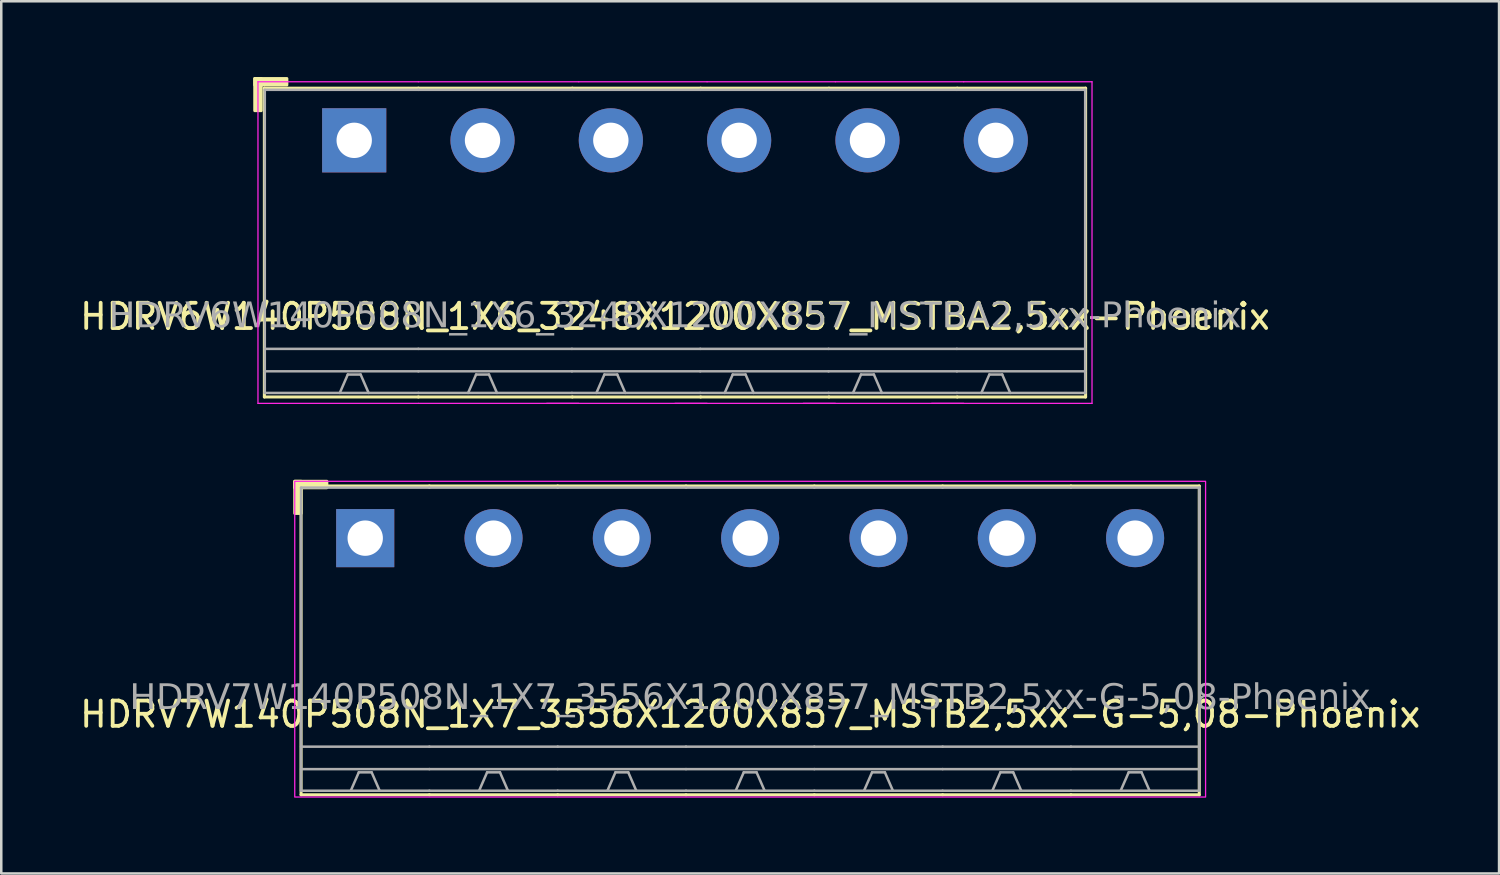
<source format=kicad_pcb>
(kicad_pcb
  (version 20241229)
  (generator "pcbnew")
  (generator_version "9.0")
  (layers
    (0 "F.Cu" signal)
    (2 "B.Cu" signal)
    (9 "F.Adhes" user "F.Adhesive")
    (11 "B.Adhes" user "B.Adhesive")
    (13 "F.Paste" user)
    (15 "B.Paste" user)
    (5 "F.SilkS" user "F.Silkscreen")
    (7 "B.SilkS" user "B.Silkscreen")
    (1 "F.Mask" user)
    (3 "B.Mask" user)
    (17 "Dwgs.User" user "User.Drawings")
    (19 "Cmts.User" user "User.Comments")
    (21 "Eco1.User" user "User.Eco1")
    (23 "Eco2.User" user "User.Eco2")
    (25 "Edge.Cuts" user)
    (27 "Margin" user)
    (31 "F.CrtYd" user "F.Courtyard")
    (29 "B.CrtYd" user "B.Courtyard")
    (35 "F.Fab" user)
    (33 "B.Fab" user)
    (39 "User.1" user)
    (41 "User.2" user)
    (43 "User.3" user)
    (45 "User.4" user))
  (footprint "HDRV7W140P508N_1X7_3556X1200X857_MSTB2,5xx-G-5,08-Phoenix"
    (layer "F.Cu")
    (at 26.649 18.255)
    (property "Reference" "HDRV7W140P508N_1X7_3556X1200X857_MSTB2,5xx-G-5,08-Phoenix" (at 0 6.975 0) (layer "F.SilkS") (effects (font (size 1 1) (thickness 0.15))))
    (attr through_hole)
    (fp_line (start -17.78 -2.065) (end -17.78 10.16) (stroke (width 0.12) (type solid)) (layer "F.SilkS"))
    (fp_line (start -17.78 10.16) (end -12.7 10.16) (stroke (width 0.12) (type solid)) (layer "F.SilkS"))
    (fp_line (start -12.7 -2.065) (end -17.78 -2.065) (stroke (width 0.12) (type solid)) (layer "F.SilkS"))
    (fp_line (start -12.7 -2.065) (end -7.62 -2.065) (stroke (width 0.12) (type solid)) (layer "F.SilkS"))
    (fp_line (start -7.62 -2.065) (end -2.54 -2.065) (stroke (width 0.12) (type solid)) (layer "F.SilkS"))
    (fp_line (start -7.62 10.16) (end -12.7 10.16) (stroke (width 0.12) (type solid)) (layer "F.SilkS"))
    (fp_line (start -2.54 -2.065) (end 2.54 -2.065) (stroke (width 0.12) (type solid)) (layer "F.SilkS"))
    (fp_line (start -2.54 10.16) (end -7.62 10.16) (stroke (width 0.12) (type solid)) (layer "F.SilkS"))
    (fp_line (start 2.54 -2.065) (end 7.62 -2.065) (stroke (width 0.12) (type solid)) (layer "F.SilkS"))
    (fp_line (start 2.54 10.16) (end -2.54 10.16) (stroke (width 0.12) (type solid)) (layer "F.SilkS"))
    (fp_line (start 7.62 -2.065) (end 12.7 -2.065) (stroke (width 0.12) (type solid)) (layer "F.SilkS"))
    (fp_line (start 7.62 10.16) (end 2.54 10.16) (stroke (width 0.12) (type solid)) (layer "F.SilkS"))
    (fp_line (start 12.7 -2.065) (end 17.78 -2.065) (stroke (width 0.12) (type solid)) (layer "F.SilkS"))
    (fp_line (start 12.7 10.16) (end 7.62 10.16) (stroke (width 0.12) (type solid)) (layer "F.SilkS"))
    (fp_line (start 17.78 -2.065) (end 17.78 10.16) (stroke (width 0.12) (type solid)) (layer "F.SilkS"))
    (fp_line (start 17.78 10.16) (end 12.7 10.16) (stroke (width 0.12) (type solid)) (layer "F.SilkS"))
    (fp_rect (start -18.03 -2.25) (end -17.776 -0.98) (stroke (width 0.12) (type solid)) (fill yes) (layer "F.SilkS"))
    (fp_rect (start -18.03 -2.25) (end -16.76 -1.996) (stroke (width 0.12) (type solid)) (fill yes) (layer "F.SilkS"))
    (fp_rect (start -18.03 -2.25) (end 18.03 10.25) (stroke (width 0.05) (type default)) (fill no) (layer "F.CrtYd"))
    (fp_line (start -17.78 -2) (end -17.78 10) (stroke (width 0.1) (type solid)) (layer "F.Fab"))
    (fp_line (start -15.494 9.271) (end -15.812 10) (stroke (width 0.1) (type default)) (layer "F.Fab"))
    (fp_line (start -14.986 9.271) (end -15.494 9.271) (stroke (width 0.1) (type default)) (layer "F.Fab"))
    (fp_line (start -14.986 9.271) (end -14.668 10) (stroke (width 0.1) (type default)) (layer "F.Fab"))
    (fp_line (start -12.7 -2) (end -17.78 -2) (stroke (width 0.1) (type solid)) (layer "F.Fab"))
    (fp_line (start -12.7 -2) (end -7.62 -2) (stroke (width 0.1) (type solid)) (layer "F.Fab"))
    (fp_line (start -12.7 8.255) (end -17.78 8.255) (stroke (width 0.1) (type solid)) (layer "F.Fab"))
    (fp_line (start -12.7 8.255) (end -7.62 8.255) (stroke (width 0.1) (type solid)) (layer "F.Fab"))
    (fp_line (start -12.7 9.144) (end -17.78 9.144) (stroke (width 0.1) (type solid)) (layer "F.Fab"))
    (fp_line (start -12.7 9.144) (end -7.62 9.144) (stroke (width 0.1) (type solid)) (layer "F.Fab"))
    (fp_line (start -12.7 10) (end -17.78 10) (stroke (width 0.1) (type solid)) (layer "F.Fab"))
    (fp_line (start -12.7 10) (end -7.62 10) (stroke (width 0.1) (type solid)) (layer "F.Fab"))
    (fp_line (start -10.414 9.271) (end -10.732 10) (stroke (width 0.1) (type default)) (layer "F.Fab"))
    (fp_line (start -9.906 9.271) (end -10.414 9.271) (stroke (width 0.1) (type default)) (layer "F.Fab"))
    (fp_line (start -9.906 9.271) (end -9.588 10) (stroke (width 0.1) (type default)) (layer "F.Fab"))
    (fp_line (start -7.62 -2) (end -2.54 -2) (stroke (width 0.1) (type solid)) (layer "F.Fab"))
    (fp_line (start -7.62 8.255) (end -2.54 8.255) (stroke (width 0.1) (type solid)) (layer "F.Fab"))
    (fp_line (start -7.62 9.144) (end -2.54 9.144) (stroke (width 0.1) (type solid)) (layer "F.Fab"))
    (fp_line (start -7.62 10) (end -2.54 10) (stroke (width 0.1) (type solid)) (layer "F.Fab"))
    (fp_line (start -5.334 9.271) (end -5.652 10) (stroke (width 0.1) (type default)) (layer "F.Fab"))
    (fp_line (start -4.826 9.271) (end -5.334 9.271) (stroke (width 0.1) (type default)) (layer "F.Fab"))
    (fp_line (start -4.826 9.271) (end -4.508 10) (stroke (width 0.1) (type default)) (layer "F.Fab"))
    (fp_line (start -2.54 -2) (end 2.54 -2) (stroke (width 0.1) (type solid)) (layer "F.Fab"))
    (fp_line (start -2.54 8.255) (end 2.54 8.255) (stroke (width 0.1) (type solid)) (layer "F.Fab"))
    (fp_line (start -2.54 9.144) (end 2.54 9.144) (stroke (width 0.1) (type solid)) (layer "F.Fab"))
    (fp_line (start -2.54 10) (end 2.54 10) (stroke (width 0.1) (type solid)) (layer "F.Fab"))
    (fp_line (start -0.254 9.271) (end -0.572 10) (stroke (width 0.1) (type default)) (layer "F.Fab"))
    (fp_line (start 0.254 9.271) (end -0.254 9.271) (stroke (width 0.1) (type default)) (layer "F.Fab"))
    (fp_line (start 0.254 9.271) (end 0.572 10) (stroke (width 0.1) (type default)) (layer "F.Fab"))
    (fp_line (start 2.54 -2) (end 7.62 -2) (stroke (width 0.1) (type solid)) (layer "F.Fab"))
    (fp_line (start 2.54 8.255) (end 7.62 8.255) (stroke (width 0.1) (type solid)) (layer "F.Fab"))
    (fp_line (start 2.54 9.144) (end 7.62 9.144) (stroke (width 0.1) (type solid)) (layer "F.Fab"))
    (fp_line (start 2.54 10) (end 7.62 10) (stroke (width 0.1) (type solid)) (layer "F.Fab"))
    (fp_line (start 4.826 9.271) (end 4.508 10) (stroke (width 0.1) (type default)) (layer "F.Fab"))
    (fp_line (start 5.334 9.271) (end 4.826 9.271) (stroke (width 0.1) (type default)) (layer "F.Fab"))
    (fp_line (start 5.334 9.271) (end 5.652 10) (stroke (width 0.1) (type default)) (layer "F.Fab"))
    (fp_line (start 7.62 -2) (end 12.7 -2) (stroke (width 0.1) (type solid)) (layer "F.Fab"))
    (fp_line (start 7.62 8.255) (end 12.7 8.255) (stroke (width 0.1) (type solid)) (layer "F.Fab"))
    (fp_line (start 7.62 9.144) (end 12.7 9.144) (stroke (width 0.1) (type solid)) (layer "F.Fab"))
    (fp_line (start 7.62 10) (end 12.7 10) (stroke (width 0.1) (type solid)) (layer "F.Fab"))
    (fp_line (start 9.906 9.271) (end 9.588 10) (stroke (width 0.1) (type default)) (layer "F.Fab"))
    (fp_line (start 10.414 9.271) (end 9.906 9.271) (stroke (width 0.1) (type default)) (layer "F.Fab"))
    (fp_line (start 10.414 9.271) (end 10.732 10) (stroke (width 0.1) (type default)) (layer "F.Fab"))
    (fp_line (start 12.7 -2) (end 17.78 -2) (stroke (width 0.1) (type solid)) (layer "F.Fab"))
    (fp_line (start 12.7 8.255) (end 17.78 8.255) (stroke (width 0.1) (type solid)) (layer "F.Fab"))
    (fp_line (start 12.7 9.144) (end 17.78 9.144) (stroke (width 0.1) (type solid)) (layer "F.Fab"))
    (fp_line (start 12.7 10) (end 17.78 10) (stroke (width 0.1) (type solid)) (layer "F.Fab"))
    (fp_line (start 14.986 9.271) (end 14.668 10) (stroke (width 0.1) (type default)) (layer "F.Fab"))
    (fp_line (start 15.494 9.271) (end 14.986 9.271) (stroke (width 0.1) (type default)) (layer "F.Fab"))
    (fp_line (start 15.494 9.271) (end 15.812 10) (stroke (width 0.1) (type default)) (layer "F.Fab"))
    (fp_line (start 17.78 -2) (end 17.78 10) (stroke (width 0.1) (type solid)) (layer "F.Fab"))
    (fp_rect (start -15.494 -0.254) (end -14.986 0.254) (stroke (width 0.1) (type solid)) (fill no) (layer "F.Fab"))
    (fp_rect (start -9.906 -0.254) (end -10.414 0.254) (stroke (width 0.1) (type solid)) (fill no) (layer "F.Fab"))
    (fp_rect (start -4.826 -0.254) (end -5.334 0.254) (stroke (width 0.1) (type solid)) (fill no) (layer "F.Fab"))
    (fp_rect (start 0.254 -0.254) (end -0.254 0.254) (stroke (width 0.1) (type solid)) (fill no) (layer "F.Fab"))
    (fp_rect (start 5.334 -0.254) (end 4.826 0.254) (stroke (width 0.1) (type solid)) (fill no) (layer "F.Fab"))
    (fp_rect (start 10.414 -0.254) (end 9.906 0.254) (stroke (width 0.1) (type solid)) (fill no) (layer "F.Fab"))
    (fp_rect (start 15.494 -0.254) (end 14.986 0.254) (stroke (width 0.1) (type solid)) (fill no) (layer "F.Fab"))
    (fp_text user "${REFERENCE}" (at 0 6.35 0) (layer "F.Fab") (effects (font (face "Tahoma") (size 1 1) (thickness 0.15))))
    (pad "1" thru_hole rect (at -15.24 0) (size 2.3 2.3) (drill 1.4) (layers "*.Cu" "*.Mask"))
    (pad "2" thru_hole circle (at -10.16 0) (size 2.3 2.3) (drill 1.4) (layers "*.Cu" "*.Mask"))
    (pad "3" thru_hole circle (at -5.08 0) (size 2.3 2.3) (drill 1.4) (layers "*.Cu" "*.Mask"))
    (pad "4" thru_hole circle (at 0 0) (size 2.3 2.3) (drill 1.4) (layers "*.Cu" "*.Mask"))
    (pad "5" thru_hole circle (at 5.08 0) (size 2.3 2.3) (drill 1.4) (layers "*.Cu" "*.Mask"))
    (pad "6" thru_hole circle (at 10.16 0) (size 2.3 2.3) (drill 1.4) (layers "*.Cu" "*.Mask"))
    (pad "7" thru_hole circle (at 15.24 0) (size 2.3 2.3) (drill 1.4) (layers "*.Cu" "*.Mask")))
  (footprint "HDRV6W140P508N_1X6_3248X1200X857_MSTBA2,5xx-Phoenix"
    (layer "F.Cu")
    (at 23.673 2.506)
    (property "Reference" "HDRV6W140P508N_1X6_3248X1200X857_MSTBA2,5xx-Phoenix" (at 0 6.975 0) (layer "F.SilkS") (effects (font (size 1 1) (thickness 0.15))))
    (attr through_hole)
    (fp_line (start -16.256 -2.065) (end -16.256 10.16) (stroke (width 0.12) (type solid)) (layer "F.SilkS"))
    (fp_line (start -16.256 10.16) (end -10.16 10.16) (stroke (width 0.12) (type solid)) (layer "F.SilkS"))
    (fp_line (start -10.16 -2.065) (end -16.256 -2.065) (stroke (width 0.12) (type solid)) (layer "F.SilkS"))
    (fp_line (start -10.16 -2.065) (end -4.064 -2.065) (stroke (width 0.12) (type solid)) (layer "F.SilkS"))
    (fp_line (start -4.064 -2.065) (end 1.016 -2.065) (stroke (width 0.12) (type solid)) (layer "F.SilkS"))
    (fp_line (start -4.064 10.16) (end -10.16 10.16) (stroke (width 0.12) (type solid)) (layer "F.SilkS"))
    (fp_line (start 1.016 -2.065) (end 6.096 -2.065) (stroke (width 0.12) (type solid)) (layer "F.SilkS"))
    (fp_line (start 1.016 10.16) (end -4.064 10.16) (stroke (width 0.12) (type solid)) (layer "F.SilkS"))
    (fp_line (start 6.096 -2.065) (end 11.176 -2.065) (stroke (width 0.12) (type solid)) (layer "F.SilkS"))
    (fp_line (start 6.096 10.16) (end 1.016 10.16) (stroke (width 0.12) (type solid)) (layer "F.SilkS"))
    (fp_line (start 11.176 -2.065) (end 16.256 -2.065) (stroke (width 0.12) (type solid)) (layer "F.SilkS"))
    (fp_line (start 11.176 10.16) (end 6.096 10.16) (stroke (width 0.12) (type solid)) (layer "F.SilkS"))
    (fp_line (start 16.256 -2.065) (end 16.256 10.16) (stroke (width 0.12) (type solid)) (layer "F.SilkS"))
    (fp_line (start 16.256 10.16) (end 11.176 10.16) (stroke (width 0.12) (type solid)) (layer "F.SilkS"))
    (fp_rect (start -16.637 -2.446) (end -16.383 -1.176) (stroke (width 0.12) (type solid)) (fill yes) (layer "F.SilkS"))
    (fp_rect (start -16.637 -2.446) (end -15.367 -2.192) (stroke (width 0.12) (type solid)) (fill yes) (layer "F.SilkS"))
    (fp_line (start -16.51 10.414) (end -16.51 -2.319) (stroke (width 0.05) (type solid)) (layer "F.CrtYd"))
    (fp_line (start -10.16 -2.319) (end -16.51 -2.319) (stroke (width 0.05) (type solid)) (layer "F.CrtYd"))
    (fp_line (start -10.16 -2.319) (end -3.81 -2.319) (stroke (width 0.05) (type solid)) (layer "F.CrtYd"))
    (fp_line (start -10.16 10.414) (end -16.51 10.414) (stroke (width 0.05) (type solid)) (layer "F.CrtYd"))
    (fp_line (start -10.16 10.414) (end -3.81 10.414) (stroke (width 0.05) (type solid)) (layer "F.CrtYd"))
    (fp_line (start -5.08 10.414) (end 1.27 10.414) (stroke (width 0.05) (type solid)) (layer "F.CrtYd"))
    (fp_line (start -3.81 -2.319) (end 1.27 -2.319) (stroke (width 0.05) (type solid)) (layer "F.CrtYd"))
    (fp_line (start 0 10.414) (end 6.35 10.414) (stroke (width 0.05) (type solid)) (layer "F.CrtYd"))
    (fp_line (start 1.27 -2.319) (end 6.35 -2.319) (stroke (width 0.05) (type solid)) (layer "F.CrtYd"))
    (fp_line (start 5.08 10.414) (end 11.43 10.414) (stroke (width 0.05) (type solid)) (layer "F.CrtYd"))
    (fp_line (start 6.35 -2.319) (end 11.43 -2.319) (stroke (width 0.05) (type solid)) (layer "F.CrtYd"))
    (fp_line (start 10.16 10.414) (end 16.51 10.414) (stroke (width 0.05) (type solid)) (layer "F.CrtYd"))
    (fp_line (start 11.43 -2.319) (end 16.51 -2.319) (stroke (width 0.05) (type solid)) (layer "F.CrtYd"))
    (fp_line (start 16.51 10.414) (end 16.51 -2.319) (stroke (width 0.05) (type solid)) (layer "F.CrtYd"))
    (fp_line (start -16.24 -2) (end -16.24 10) (stroke (width 0.1) (type solid)) (layer "F.Fab"))
    (fp_line (start -12.954 9.271) (end -13.271 10) (stroke (width 0.1) (type default)) (layer "F.Fab"))
    (fp_line (start -12.446 9.271) (end -12.954 9.271) (stroke (width 0.1) (type default)) (layer "F.Fab"))
    (fp_line (start -12.446 9.271) (end -12.129 10) (stroke (width 0.1) (type default)) (layer "F.Fab"))
    (fp_line (start -10.16 -2) (end -16.24 -2) (stroke (width 0.1) (type solid)) (layer "F.Fab"))
    (fp_line (start -10.16 -2) (end -4.08 -2) (stroke (width 0.1) (type solid)) (layer "F.Fab"))
    (fp_line (start -10.16 8.255) (end -16.24 8.255) (stroke (width 0.1) (type solid)) (layer "F.Fab"))
    (fp_line (start -10.16 8.255) (end -4.08 8.255) (stroke (width 0.1) (type solid)) (layer "F.Fab"))
    (fp_line (start -10.16 9.144) (end -16.24 9.144) (stroke (width 0.1) (type solid)) (layer "F.Fab"))
    (fp_line (start -10.16 9.144) (end -4.08 9.144) (stroke (width 0.1) (type solid)) (layer "F.Fab"))
    (fp_line (start -10.16 10) (end -16.24 10) (stroke (width 0.1) (type solid)) (layer "F.Fab"))
    (fp_line (start -10.16 10) (end -4.08 10) (stroke (width 0.1) (type solid)) (layer "F.Fab"))
    (fp_line (start -7.874 9.271) (end -8.191 10) (stroke (width 0.1) (type default)) (layer "F.Fab"))
    (fp_line (start -7.366 9.271) (end -7.874 9.271) (stroke (width 0.1) (type default)) (layer "F.Fab"))
    (fp_line (start -7.366 9.271) (end -7.048 10) (stroke (width 0.1) (type default)) (layer "F.Fab"))
    (fp_line (start -4.08 -2) (end 1 -2) (stroke (width 0.1) (type solid)) (layer "F.Fab"))
    (fp_line (start -4.08 8.255) (end 1 8.255) (stroke (width 0.1) (type solid)) (layer "F.Fab"))
    (fp_line (start -4.08 9.144) (end 1 9.144) (stroke (width 0.1) (type solid)) (layer "F.Fab"))
    (fp_line (start -4.08 10) (end 1 10) (stroke (width 0.1) (type solid)) (layer "F.Fab"))
    (fp_line (start -2.794 9.271) (end -3.111 10) (stroke (width 0.1) (type default)) (layer "F.Fab"))
    (fp_line (start -2.286 9.271) (end -2.794 9.271) (stroke (width 0.1) (type default)) (layer "F.Fab"))
    (fp_line (start -2.286 9.271) (end -1.968 10) (stroke (width 0.1) (type default)) (layer "F.Fab"))
    (fp_line (start 1 -2) (end 6.08 -2) (stroke (width 0.1) (type solid)) (layer "F.Fab"))
    (fp_line (start 1 8.255) (end 6.08 8.255) (stroke (width 0.1) (type solid)) (layer "F.Fab"))
    (fp_line (start 1 9.144) (end 6.08 9.144) (stroke (width 0.1) (type solid)) (layer "F.Fab"))
    (fp_line (start 1 10) (end 6.08 10) (stroke (width 0.1) (type solid)) (layer "F.Fab"))
    (fp_line (start 2.286 9.271) (end 1.968 10) (stroke (width 0.1) (type default)) (layer "F.Fab"))
    (fp_line (start 2.794 9.271) (end 2.286 9.271) (stroke (width 0.1) (type default)) (layer "F.Fab"))
    (fp_line (start 2.794 9.271) (end 3.111 10) (stroke (width 0.1) (type default)) (layer "F.Fab"))
    (fp_line (start 6.08 -2) (end 11.16 -2) (stroke (width 0.1) (type solid)) (layer "F.Fab"))
    (fp_line (start 6.08 8.255) (end 11.16 8.255) (stroke (width 0.1) (type solid)) (layer "F.Fab"))
    (fp_line (start 6.08 9.144) (end 11.16 9.144) (stroke (width 0.1) (type solid)) (layer "F.Fab"))
    (fp_line (start 6.08 10) (end 11.16 10) (stroke (width 0.1) (type solid)) (layer "F.Fab"))
    (fp_line (start 7.366 9.271) (end 7.048 10) (stroke (width 0.1) (type default)) (layer "F.Fab"))
    (fp_line (start 7.874 9.271) (end 7.366 9.271) (stroke (width 0.1) (type default)) (layer "F.Fab"))
    (fp_line (start 7.874 9.271) (end 8.191 10) (stroke (width 0.1) (type default)) (layer "F.Fab"))
    (fp_line (start 11.16 -2) (end 16.24 -2) (stroke (width 0.1) (type solid)) (layer "F.Fab"))
    (fp_line (start 11.16 8.255) (end 16.24 8.255) (stroke (width 0.1) (type solid)) (layer "F.Fab"))
    (fp_line (start 11.16 9.144) (end 16.24 9.144) (stroke (width 0.1) (type solid)) (layer "F.Fab"))
    (fp_line (start 11.16 10) (end 16.24 10) (stroke (width 0.1) (type solid)) (layer "F.Fab"))
    (fp_line (start 12.446 9.271) (end 12.129 10) (stroke (width 0.1) (type default)) (layer "F.Fab"))
    (fp_line (start 12.954 9.271) (end 12.446 9.271) (stroke (width 0.1) (type default)) (layer "F.Fab"))
    (fp_line (start 12.954 9.271) (end 13.271 10) (stroke (width 0.1) (type default)) (layer "F.Fab"))
    (fp_line (start 16.24 -2) (end 16.24 10) (stroke (width 0.1) (type solid)) (layer "F.Fab"))
    (fp_rect (start -12.954 -0.254) (end -12.446 0.254) (stroke (width 0.1) (type solid)) (fill no) (layer "F.Fab"))
    (fp_rect (start -7.366 -0.254) (end -7.874 0.254) (stroke (width 0.1) (type solid)) (fill no) (layer "F.Fab"))
    (fp_rect (start -2.286 -0.254) (end -2.794 0.254) (stroke (width 0.1) (type solid)) (fill no) (layer "F.Fab"))
    (fp_rect (start 2.794 -0.254) (end 2.286 0.254) (stroke (width 0.1) (type solid)) (fill no) (layer "F.Fab"))
    (fp_rect (start 7.874 -0.254) (end 7.366 0.254) (stroke (width 0.1) (type solid)) (fill no) (layer "F.Fab"))
    (fp_rect (start 12.954 -0.254) (end 12.446 0.254) (stroke (width 0.1) (type solid)) (fill no) (layer "F.Fab"))
    (fp_text user "${REFERENCE}" (at 0 6.985 0) (layer "F.Fab") (effects (font (face "Tahoma") (size 1 1) (thickness 0.15))))
    (pad "1" thru_hole rect (at -12.7 0) (size 2.54 2.54) (drill 1.4) (layers "*.Cu" "*.Mask"))
    (pad "2" thru_hole circle (at -7.62 0) (size 2.54 2.54) (drill 1.4) (layers "*.Cu" "*.Mask"))
    (pad "3" thru_hole circle (at -2.54 0) (size 2.54 2.54) (drill 1.4) (layers "*.Cu" "*.Mask"))
    (pad "4" thru_hole circle (at 2.54 0) (size 2.54 2.54) (drill 1.4) (layers "*.Cu" "*.Mask"))
    (pad "5" thru_hole circle (at 7.62 0) (size 2.54 2.54) (drill 1.4) (layers "*.Cu" "*.Mask"))
    (pad "6" thru_hole circle (at 12.7 0) (size 2.54 2.54) (drill 1.4) (layers "*.Cu" "*.Mask")))
  (gr_rect
    (start -3 -3)
    (end 56.298 31.53)
    (stroke (width 0.1) (type default))
    (fill no)
    (layer "Edge.Cuts")))
</source>
